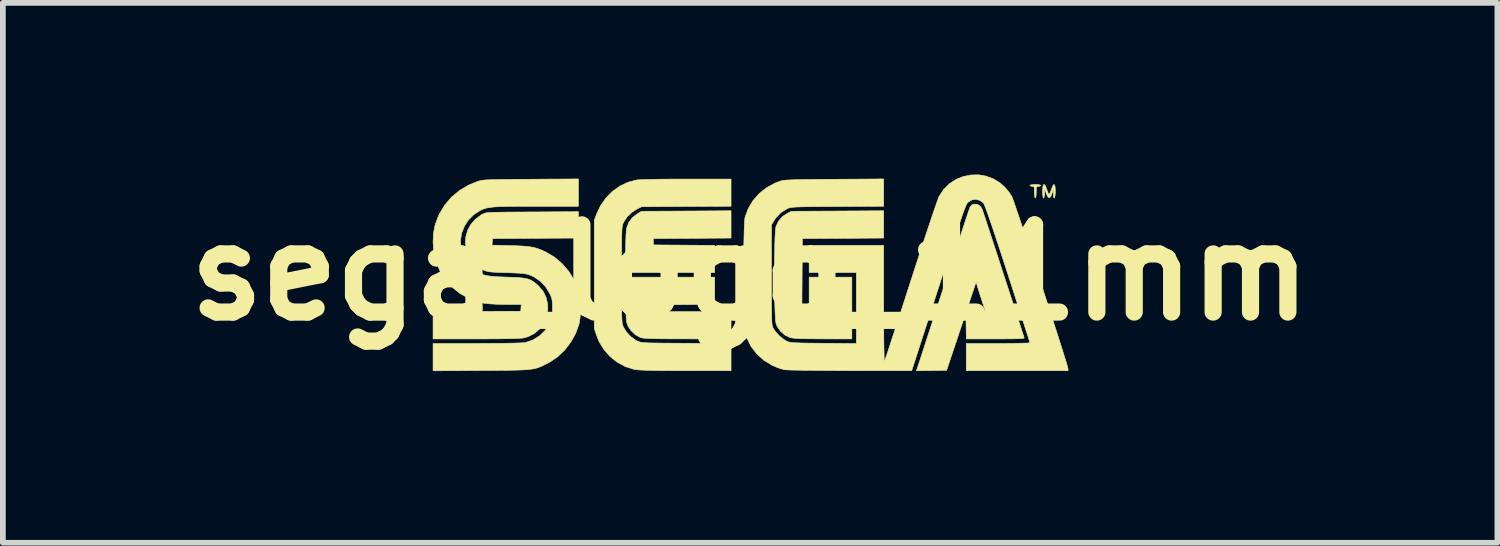
<source format=kicad_pcb>
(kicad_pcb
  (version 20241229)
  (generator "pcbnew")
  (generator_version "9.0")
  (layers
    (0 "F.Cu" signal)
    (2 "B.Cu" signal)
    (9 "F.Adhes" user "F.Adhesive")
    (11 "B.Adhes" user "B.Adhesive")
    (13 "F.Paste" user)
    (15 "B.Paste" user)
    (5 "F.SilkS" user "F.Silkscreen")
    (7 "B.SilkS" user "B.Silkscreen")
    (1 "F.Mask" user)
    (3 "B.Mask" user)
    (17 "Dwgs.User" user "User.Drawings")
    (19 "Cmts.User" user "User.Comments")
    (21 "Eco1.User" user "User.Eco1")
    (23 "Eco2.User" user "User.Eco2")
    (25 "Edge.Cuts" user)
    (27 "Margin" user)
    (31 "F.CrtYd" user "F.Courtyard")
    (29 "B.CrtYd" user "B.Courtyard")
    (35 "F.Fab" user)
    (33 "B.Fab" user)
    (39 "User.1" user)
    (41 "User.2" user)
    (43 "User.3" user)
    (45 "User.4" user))
  (footprint "sega_logo_11mm"
    (layer "F.Cu")
    (at 10.058 1.714)
    (property "Reference" "sega_logo_11mm" (at 0 0 0) (layer "F.SilkS") (effects (font (size 1.524 1.524) (thickness 0.3))))
    (attr through_hole)
    (fp_poly (pts (xy -0.333 -0.604) (xy -1.012 -0.599) (xy -1.691 -0.595) (xy -1.691 -0.484) (xy -1.155 -0.48) (xy -0.619 -0.476) (xy -0.619 0) (xy -2.175 0) (xy -2.175 -0.348) (xy -2.174 -0.456) (xy -2.172 -0.558) (xy -2.169 -0.647) (xy -2.164 -0.719) (xy -2.159 -0.767) (xy -2.158 -0.776) (xy -2.121 -0.875) (xy -2.057 -0.961) (xy -1.973 -1.027) (xy -1.897 -1.072) (xy -1.115 -1.076) (xy -0.333 -1.081) (xy -0.333 -0.604)) (stroke (width 0.01) (type solid)) (fill yes) (layer "F.SilkS"))
    (fp_poly (pts (xy 5.035 -1.537) (xy 5.07 -1.531) (xy 5.08 -1.524) (xy 5.066 -1.512) (xy 5.04 -1.508) (xy 5.019 -1.506) (xy 5.007 -1.496) (xy 5.002 -1.47) (xy 5.001 -1.422) (xy 5.001 -1.405) (xy 4.998 -1.351) (xy 4.992 -1.314) (xy 4.985 -1.302) (xy 4.976 -1.316) (xy 4.971 -1.355) (xy 4.969 -1.405) (xy 4.968 -1.46) (xy 4.964 -1.491) (xy 4.954 -1.505) (xy 4.936 -1.508) (xy 4.929 -1.508) (xy 4.899 -1.514) (xy 4.889 -1.524) (xy 4.904 -1.532) (xy 4.942 -1.538) (xy 4.985 -1.54) (xy 5.035 -1.537)) (stroke (width 0.01) (type solid)) (fill yes) (layer "F.SilkS"))
    (fp_poly (pts (xy -0.619 0.555) (xy -1.155 0.559) (xy -1.691 0.564) (xy -1.696 0.623) (xy -1.701 0.683) (xy -0.333 0.683) (xy -0.333 1.159) (xy -1.091 1.158) (xy -1.275 1.158) (xy -1.43 1.157) (xy -1.558 1.156) (xy -1.662 1.154) (xy -1.745 1.152) (xy -1.808 1.149) (xy -1.855 1.146) (xy -1.888 1.141) (xy -1.91 1.136) (xy -1.911 1.136) (xy -2.003 1.087) (xy -2.081 1.014) (xy -2.127 0.943) (xy -2.14 0.918) (xy -2.149 0.894) (xy -2.156 0.867) (xy -2.161 0.832) (xy -2.165 0.784) (xy -2.168 0.72) (xy -2.17 0.634) (xy -2.171 0.523) (xy -2.172 0.473) (xy -2.177 0.079) (xy -0.619 0.079) (xy -0.619 0.555)) (stroke (width 0.01) (type solid)) (fill yes) (layer "F.SilkS"))
    (fp_poly (pts (xy 5.158 -1.522) (xy 5.179 -1.47) (xy 5.185 -1.453) (xy 5.202 -1.406) (xy 5.217 -1.374) (xy 5.225 -1.365) (xy 5.236 -1.379) (xy 5.252 -1.415) (xy 5.265 -1.453) (xy 5.287 -1.511) (xy 5.305 -1.538) (xy 5.32 -1.535) (xy 5.33 -1.5) (xy 5.334 -1.436) (xy 5.334 -1.421) (xy 5.331 -1.361) (xy 5.325 -1.32) (xy 5.317 -1.302) (xy 5.309 -1.307) (xy 5.303 -1.34) (xy 5.301 -1.377) (xy 5.299 -1.453) (xy 5.274 -1.377) (xy 5.252 -1.326) (xy 5.23 -1.307) (xy 5.207 -1.32) (xy 5.183 -1.364) (xy 5.174 -1.389) (xy 5.146 -1.468) (xy 5.145 -1.385) (xy 5.141 -1.339) (xy 5.134 -1.308) (xy 5.128 -1.302) (xy 5.12 -1.317) (xy 5.114 -1.357) (xy 5.112 -1.415) (xy 5.112 -1.421) (xy 5.115 -1.491) (xy 5.124 -1.532) (xy 5.139 -1.542) (xy 5.158 -1.522)) (stroke (width 0.01) (type solid)) (fill yes) (layer "F.SilkS"))
    (fp_poly (pts (xy 2.334 -0.604) (xy 1.623 -0.599) (xy 0.913 -0.595) (xy 0.905 0.683) (xy 1.302 0.683) (xy 1.302 0.556) (xy 1.032 0.556) (xy 1.032 0.079) (xy 1.778 0.079) (xy 1.778 1.159) (xy 1.274 1.158) (xy 1.124 1.157) (xy 1.002 1.156) (xy 0.905 1.154) (xy 0.83 1.151) (xy 0.773 1.147) (xy 0.73 1.141) (xy 0.699 1.135) (xy 0.693 1.133) (xy 0.609 1.092) (xy 0.534 1.027) (xy 0.477 0.946) (xy 0.453 0.888) (xy 0.447 0.85) (xy 0.442 0.784) (xy 0.437 0.694) (xy 0.433 0.585) (xy 0.43 0.46) (xy 0.428 0.324) (xy 0.426 0.18) (xy 0.426 0.032) (xy 0.426 -0.116) (xy 0.427 -0.259) (xy 0.43 -0.395) (xy 0.432 -0.517) (xy 0.436 -0.624) (xy 0.441 -0.71) (xy 0.447 -0.772) (xy 0.452 -0.803) (xy 0.497 -0.901) (xy 0.567 -0.981) (xy 0.647 -1.034) (xy 0.722 -1.072) (xy 1.528 -1.076) (xy 2.334 -1.081) (xy 2.334 -0.604)) (stroke (width 0.01) (type solid)) (fill yes) (layer "F.SilkS"))
    (fp_poly (pts (xy -0.333 -1.16) (xy -1.115 -1.156) (xy -1.897 -1.151) (xy -1.976 -1.112) (xy -2.071 -1.05) (xy -2.152 -0.97) (xy -2.21 -0.88) (xy -2.212 -0.875) (xy -2.22 -0.859) (xy -2.226 -0.841) (xy -2.231 -0.821) (xy -2.235 -0.794) (xy -2.239 -0.758) (xy -2.241 -0.712) (xy -2.243 -0.651) (xy -2.245 -0.572) (xy -2.246 -0.475) (xy -2.246 -0.355) (xy -2.246 -0.209) (xy -2.246 -0.036) (xy -2.246 0.04) (xy -2.246 0.225) (xy -2.246 0.381) (xy -2.246 0.51) (xy -2.245 0.616) (xy -2.244 0.702) (xy -2.242 0.769) (xy -2.24 0.821) (xy -2.237 0.861) (xy -2.233 0.89) (xy -2.228 0.913) (xy -2.222 0.931) (xy -2.215 0.948) (xy -2.212 0.955) (xy -2.16 1.039) (xy -2.086 1.118) (xy -2.003 1.179) (xy -1.971 1.196) (xy -1.953 1.204) (xy -1.935 1.21) (xy -1.913 1.216) (xy -1.884 1.22) (xy -1.847 1.224) (xy -1.797 1.227) (xy -1.732 1.229) (xy -1.649 1.23) (xy -1.545 1.232) (xy -1.417 1.233) (xy -1.263 1.234) (xy -1.115 1.235) (xy -0.333 1.239) (xy -0.333 1.714) (xy -1.131 1.713) (xy -1.324 1.713) (xy -1.488 1.712) (xy -1.625 1.711) (xy -1.738 1.709) (xy -1.83 1.706) (xy -1.903 1.703) (xy -1.959 1.699) (xy -2.002 1.695) (xy -2.032 1.69) (xy -2.183 1.641) (xy -2.323 1.565) (xy -2.448 1.465) (xy -2.554 1.344) (xy -2.638 1.207) (xy -2.684 1.093) (xy -2.723 0.976) (xy -2.723 -0.913) (xy -2.681 -1.026) (xy -2.612 -1.172) (xy -2.519 -1.304) (xy -2.406 -1.418) (xy -2.278 -1.51) (xy -2.137 -1.578) (xy -1.988 -1.618) (xy -1.984 -1.619) (xy -1.945 -1.622) (xy -1.878 -1.625) (xy -1.784 -1.628) (xy -1.669 -1.631) (xy -1.533 -1.633) (xy -1.381 -1.634) (xy -1.216 -1.635) (xy -1.107 -1.635) (xy -0.333 -1.635) (xy -0.333 -1.16)) (stroke (width 0.01) (type solid)) (fill yes) (layer "F.SilkS"))
    (fp_poly (pts (xy 3.976 -1.19) (xy 4.021 -1.162) (xy 4.053 -1.114) (xy 4.053 -1.114) (xy 4.062 -1.09) (xy 4.079 -1.037) (xy 4.105 -0.96) (xy 4.138 -0.86) (xy 4.177 -0.741) (xy 4.222 -0.603) (xy 4.272 -0.451) (xy 4.326 -0.287) (xy 4.382 -0.113) (xy 4.429 0.032) (xy 4.488 0.211) (xy 4.543 0.381) (xy 4.595 0.54) (xy 4.642 0.686) (xy 4.684 0.815) (xy 4.721 0.927) (xy 4.75 1.017) (xy 4.772 1.084) (xy 4.786 1.126) (xy 4.79 1.139) (xy 4.786 1.145) (xy 4.767 1.149) (xy 4.731 1.153) (xy 4.674 1.155) (xy 4.595 1.157) (xy 4.491 1.158) (xy 4.358 1.159) (xy 4.288 1.159) (xy 3.779 1.159) (xy 3.775 0.933) (xy 3.77 0.706) (xy 3.602 1.206) (xy 3.434 1.707) (xy 2.907 1.715) (xy 2.953 1.576) (xy 2.965 1.54) (xy 2.986 1.475) (xy 3.015 1.386) (xy 3.051 1.274) (xy 3.094 1.142) (xy 3.143 0.993) (xy 3.196 0.828) (xy 3.249 0.667) (xy 3.784 0.667) (xy 3.793 0.675) (xy 3.817 0.68) (xy 3.862 0.682) (xy 3.933 0.683) (xy 3.946 0.683) (xy 4.024 0.682) (xy 4.075 0.679) (xy 4.101 0.673) (xy 4.108 0.664) (xy 4.108 0.663) (xy 4.101 0.641) (xy 4.086 0.596) (xy 4.065 0.531) (xy 4.04 0.453) (xy 4.024 0.405) (xy 3.949 0.167) (xy 3.871 0.397) (xy 3.844 0.479) (xy 3.819 0.552) (xy 3.8 0.61) (xy 3.788 0.646) (xy 3.785 0.655) (xy 3.784 0.667) (xy 3.249 0.667) (xy 3.254 0.651) (xy 3.315 0.464) (xy 3.378 0.27) (xy 3.414 0.159) (xy 3.477 -0.036) (xy 3.538 -0.222) (xy 3.595 -0.397) (xy 3.648 -0.56) (xy 3.697 -0.707) (xy 3.74 -0.837) (xy 3.776 -0.948) (xy 3.806 -1.036) (xy 3.828 -1.1) (xy 3.841 -1.138) (xy 3.844 -1.148) (xy 3.879 -1.184) (xy 3.926 -1.198) (xy 3.976 -1.19)) (stroke (width 0.01) (type solid)) (fill yes) (layer "F.SilkS"))
    (fp_poly (pts (xy -3 -1.159) (xy -3.738 -1.159) (xy -3.924 -1.159) (xy -4.081 -1.158) (xy -4.212 -1.157) (xy -4.321 -1.155) (xy -4.41 -1.151) (xy -4.482 -1.147) (xy -4.541 -1.14) (xy -4.589 -1.132) (xy -4.629 -1.122) (xy -4.665 -1.11) (xy -4.699 -1.095) (xy -4.719 -1.085) (xy -4.829 -1.013) (xy -4.921 -0.921) (xy -4.992 -0.812) (xy -5.04 -0.693) (xy -5.061 -0.569) (xy -5.058 -0.49) (xy -5.036 -0.367) (xy -4.992 -0.261) (xy -4.924 -0.163) (xy -4.875 -0.11) (xy -4.82 -0.057) (xy -4.77 -0.016) (xy -4.719 0.015) (xy -4.662 0.038) (xy -4.594 0.054) (xy -4.51 0.065) (xy -4.406 0.073) (xy -4.276 0.078) (xy -4.255 0.079) (xy -4.128 0.083) (xy -4.027 0.089) (xy -3.949 0.098) (xy -3.886 0.111) (xy -3.835 0.13) (xy -3.789 0.156) (xy -3.745 0.19) (xy -3.701 0.229) (xy -3.618 0.326) (xy -3.564 0.434) (xy -3.537 0.557) (xy -3.535 0.627) (xy -3.544 0.74) (xy -3.572 0.834) (xy -3.622 0.92) (xy -3.674 0.981) (xy -3.771 1.064) (xy -3.882 1.12) (xy -3.969 1.143) (xy -4.003 1.146) (xy -4.067 1.15) (xy -4.156 1.153) (xy -4.267 1.155) (xy -4.398 1.157) (xy -4.545 1.158) (xy -4.706 1.159) (xy -4.796 1.159) (xy -5.54 1.159) (xy -5.54 0.683) (xy -4.774 0.679) (xy -4.008 0.675) (xy -3.999 0.556) (xy -4.278 0.556) (xy -4.429 0.553) (xy -4.554 0.546) (xy -4.66 0.533) (xy -4.753 0.513) (xy -4.84 0.485) (xy -4.913 0.453) (xy -5.074 0.362) (xy -5.214 0.248) (xy -5.331 0.113) (xy -5.424 -0.038) (xy -5.491 -0.204) (xy -5.53 -0.382) (xy -5.54 -0.538) (xy -5.532 -0.69) (xy -5.506 -0.827) (xy -5.458 -0.961) (xy -5.43 -1.024) (xy -5.336 -1.18) (xy -5.219 -1.318) (xy -5.078 -1.435) (xy -4.918 -1.53) (xy -4.77 -1.59) (xy -4.745 -1.598) (xy -4.721 -1.605) (xy -4.695 -1.61) (xy -4.664 -1.615) (xy -4.625 -1.619) (xy -4.575 -1.622) (xy -4.512 -1.624) (xy -4.433 -1.626) (xy -4.334 -1.628) (xy -4.214 -1.629) (xy -4.068 -1.63) (xy -3.894 -1.631) (xy -3.83 -1.632) (xy -3 -1.637) (xy -3 -1.159)) (stroke (width 0.01) (type solid)) (fill yes) (layer "F.SilkS"))
    (fp_poly (pts (xy -3 -0.834) (xy -3 -0.604) (xy -4.501 -0.595) (xy -4.51 -0.48) (xy -4.188 -0.472) (xy -4.055 -0.468) (xy -3.948 -0.462) (xy -3.861 -0.453) (xy -3.787 -0.441) (xy -3.721 -0.423) (xy -3.656 -0.399) (xy -3.587 -0.368) (xy -3.578 -0.364) (xy -3.422 -0.273) (xy -3.284 -0.156) (xy -3.166 -0.018) (xy -3.071 0.137) (xy -3.002 0.307) (xy -2.99 0.349) (xy -2.973 0.442) (xy -2.964 0.554) (xy -2.963 0.674) (xy -2.971 0.788) (xy -2.987 0.887) (xy -2.991 0.905) (xy -3.049 1.064) (xy -3.133 1.214) (xy -3.238 1.351) (xy -3.362 1.469) (xy -3.498 1.563) (xy -3.54 1.585) (xy -3.591 1.61) (xy -3.635 1.632) (xy -3.676 1.649) (xy -3.717 1.664) (xy -3.76 1.676) (xy -3.81 1.685) (xy -3.868 1.693) (xy -3.938 1.698) (xy -4.023 1.702) (xy -4.125 1.705) (xy -4.249 1.707) (xy -4.396 1.708) (xy -4.57 1.71) (xy -4.695 1.71) (xy -5.54 1.716) (xy -5.54 1.238) (xy -4.766 1.238) (xy -4.595 1.237) (xy -4.436 1.236) (xy -4.294 1.235) (xy -4.171 1.233) (xy -4.069 1.23) (xy -3.991 1.227) (xy -3.941 1.224) (xy -3.924 1.222) (xy -3.794 1.176) (xy -3.678 1.104) (xy -3.58 1.009) (xy -3.506 0.895) (xy -3.505 0.892) (xy -3.481 0.841) (xy -3.465 0.798) (xy -3.457 0.754) (xy -3.453 0.699) (xy -3.453 0.627) (xy -3.454 0.55) (xy -3.458 0.493) (xy -3.467 0.448) (xy -3.483 0.404) (xy -3.496 0.376) (xy -3.571 0.25) (xy -3.666 0.149) (xy -3.782 0.072) (xy -3.842 0.045) (xy -3.876 0.033) (xy -3.912 0.024) (xy -3.957 0.017) (xy -4.014 0.011) (xy -4.089 0.007) (xy -4.189 0.003) (xy -4.255 0.001) (xy -4.365 -0.002) (xy -4.45 -0.006) (xy -4.513 -0.01) (xy -4.56 -0.015) (xy -4.596 -0.022) (xy -4.627 -0.032) (xy -4.658 -0.045) (xy -4.667 -0.049) (xy -4.775 -0.116) (xy -4.86 -0.199) (xy -4.922 -0.297) (xy -4.96 -0.403) (xy -4.975 -0.515) (xy -4.967 -0.628) (xy -4.936 -0.738) (xy -4.881 -0.841) (xy -4.802 -0.932) (xy -4.7 -1.008) (xy -4.68 -1.019) (xy -4.664 -1.027) (xy -4.648 -1.034) (xy -4.63 -1.04) (xy -4.605 -1.045) (xy -4.572 -1.048) (xy -4.528 -1.051) (xy -4.47 -1.054) (xy -4.395 -1.055) (xy -4.3 -1.057) (xy -4.183 -1.058) (xy -4.04 -1.059) (xy -3.87 -1.06) (xy -3.806 -1.06) (xy -3 -1.065) (xy -3 -0.834)) (stroke (width 0.01) (type solid)) (fill yes) (layer "F.SilkS"))
    (fp_poly (pts (xy 4.125 -1.686) (xy 4.253 -1.638) (xy 4.372 -1.564) (xy 4.451 -1.493) (xy 4.499 -1.437) (xy 4.544 -1.377) (xy 4.576 -1.325) (xy 4.587 -1.298) (xy 4.606 -1.245) (xy 4.633 -1.167) (xy 4.667 -1.067) (xy 4.708 -0.947) (xy 4.753 -0.81) (xy 4.804 -0.659) (xy 4.858 -0.496) (xy 4.915 -0.323) (xy 4.974 -0.144) (xy 5.034 0.04) (xy 5.095 0.226) (xy 5.155 0.411) (xy 5.214 0.593) (xy 5.271 0.769) (xy 5.325 0.937) (xy 5.376 1.094) (xy 5.421 1.238) (xy 5.462 1.366) (xy 5.496 1.476) (xy 5.524 1.564) (xy 5.543 1.629) (xy 5.554 1.669) (xy 5.556 1.679) (xy 5.556 1.714) (xy 3.778 1.714) (xy 3.778 1.238) (xy 4.334 1.238) (xy 4.463 1.238) (xy 4.582 1.237) (xy 4.686 1.235) (xy 4.773 1.233) (xy 4.838 1.231) (xy 4.878 1.228) (xy 4.889 1.225) (xy 4.885 1.208) (xy 4.871 1.164) (xy 4.849 1.093) (xy 4.819 1) (xy 4.782 0.885) (xy 4.739 0.752) (xy 4.691 0.602) (xy 4.638 0.439) (xy 4.581 0.263) (xy 4.521 0.079) (xy 4.501 0.016) (xy 4.418 -0.24) (xy 4.344 -0.465) (xy 4.279 -0.661) (xy 4.223 -0.827) (xy 4.176 -0.964) (xy 4.138 -1.07) (xy 4.109 -1.148) (xy 4.089 -1.197) (xy 4.079 -1.216) (xy 4.016 -1.262) (xy 3.947 -1.281) (xy 3.878 -1.272) (xy 3.815 -1.234) (xy 3.803 -1.223) (xy 3.796 -1.216) (xy 3.789 -1.205) (xy 3.781 -1.191) (xy 3.772 -1.171) (xy 3.761 -1.143) (xy 3.747 -1.108) (xy 3.73 -1.063) (xy 3.71 -1.007) (xy 3.687 -0.939) (xy 3.659 -0.856) (xy 3.626 -0.759) (xy 3.588 -0.645) (xy 3.545 -0.514) (xy 3.496 -0.363) (xy 3.44 -0.191) (xy 3.377 0.002) (xy 3.307 0.219) (xy 3.229 0.46) (xy 3.143 0.728) (xy 3.048 1.022) (xy 2.943 1.346) (xy 2.936 1.369) (xy 2.824 1.714) (xy 1.757 1.713) (xy 1.574 1.712) (xy 1.397 1.711) (xy 1.231 1.71) (xy 1.078 1.708) (xy 0.942 1.707) (xy 0.824 1.705) (xy 0.728 1.703) (xy 0.657 1.7) (xy 0.613 1.698) (xy 0.603 1.697) (xy 0.548 1.683) (xy 0.478 1.659) (xy 0.405 1.628) (xy 0.381 1.617) (xy 0.239 1.53) (xy 0.117 1.42) (xy 0.017 1.29) (xy -0.056 1.143) (xy -0.088 1.047) (xy -0.093 1.01) (xy -0.098 0.945) (xy -0.102 0.855) (xy -0.106 0.744) (xy -0.109 0.616) (xy -0.111 0.474) (xy -0.112 0.323) (xy -0.113 0.165) (xy -0.113 0.004) (xy -0.113 -0.157) (xy -0.112 -0.312) (xy -0.11 -0.46) (xy -0.107 -0.596) (xy -0.104 -0.717) (xy -0.1 -0.819) (xy -0.096 -0.898) (xy -0.091 -0.951) (xy -0.088 -0.968) (xy -0.031 -1.122) (xy 0.053 -1.261) (xy 0.161 -1.383) (xy 0.291 -1.486) (xy 0.44 -1.566) (xy 0.524 -1.597) (xy 0.545 -1.604) (xy 0.57 -1.609) (xy 0.601 -1.613) (xy 0.641 -1.617) (xy 0.692 -1.62) (xy 0.757 -1.623) (xy 0.84 -1.625) (xy 0.942 -1.627) (xy 1.067 -1.628) (xy 1.217 -1.63) (xy 1.394 -1.631) (xy 1.472 -1.631) (xy 2.334 -1.637) (xy 2.334 -1.16) (xy 1.528 -1.155) (xy 1.347 -1.154) (xy 1.196 -1.153) (xy 1.07 -1.152) (xy 0.968 -1.151) (xy 0.886 -1.149) (xy 0.822 -1.147) (xy 0.773 -1.144) (xy 0.735 -1.141) (xy 0.707 -1.137) (xy 0.685 -1.131) (xy 0.666 -1.125) (xy 0.648 -1.117) (xy 0.643 -1.114) (xy 0.538 -1.049) (xy 0.451 -0.958) (xy 0.415 -0.905) (xy 0.373 -0.833) (xy 0.373 0.04) (xy 0.373 0.228) (xy 0.373 0.388) (xy 0.374 0.521) (xy 0.374 0.63) (xy 0.375 0.718) (xy 0.377 0.788) (xy 0.379 0.842) (xy 0.382 0.882) (xy 0.385 0.912) (xy 0.39 0.935) (xy 0.395 0.952) (xy 0.402 0.967) (xy 0.407 0.977) (xy 0.453 1.043) (xy 0.517 1.11) (xy 0.588 1.167) (xy 0.646 1.202) (xy 0.665 1.209) (xy 0.688 1.215) (xy 0.72 1.22) (xy 0.763 1.224) (xy 0.821 1.227) (xy 0.896 1.23) (xy 0.993 1.232) (xy 1.115 1.233) (xy 1.265 1.235) (xy 1.282 1.235) (xy 1.857 1.24) (xy 1.857 0) (xy 1.032 0) (xy 1.032 -0.476) (xy 2.334 -0.476) (xy 2.334 0.552) (xy 2.334 0.728) (xy 2.335 0.895) (xy 2.336 1.048) (xy 2.337 1.186) (xy 2.339 1.306) (xy 2.341 1.406) (xy 2.343 1.482) (xy 2.345 1.533) (xy 2.347 1.555) (xy 2.348 1.556) (xy 2.355 1.537) (xy 2.37 1.491) (xy 2.394 1.419) (xy 2.426 1.323) (xy 2.464 1.205) (xy 2.509 1.068) (xy 2.559 0.914) (xy 2.615 0.745) (xy 2.674 0.562) (xy 2.736 0.369) (xy 2.801 0.167) (xy 2.809 0.143) (xy 2.875 -0.062) (xy 2.94 -0.259) (xy 3.001 -0.447) (xy 3.059 -0.623) (xy 3.113 -0.785) (xy 3.162 -0.931) (xy 3.205 -1.059) (xy 3.242 -1.165) (xy 3.271 -1.248) (xy 3.292 -1.306) (xy 3.305 -1.335) (xy 3.305 -1.336) (xy 3.385 -1.456) (xy 3.484 -1.553) (xy 3.599 -1.628) (xy 3.724 -1.679) (xy 3.856 -1.706) (xy 3.991 -1.709) (xy 4.125 -1.686)) (stroke (width 0.01) (type solid)) (fill yes) (layer "F.SilkS")))
  (gr_rect
    (start -3 -3)
    (end 23.117 6.435)
    (stroke (width 0.1) (type default))
    (fill no)
    (layer "Edge.Cuts")))
</source>
